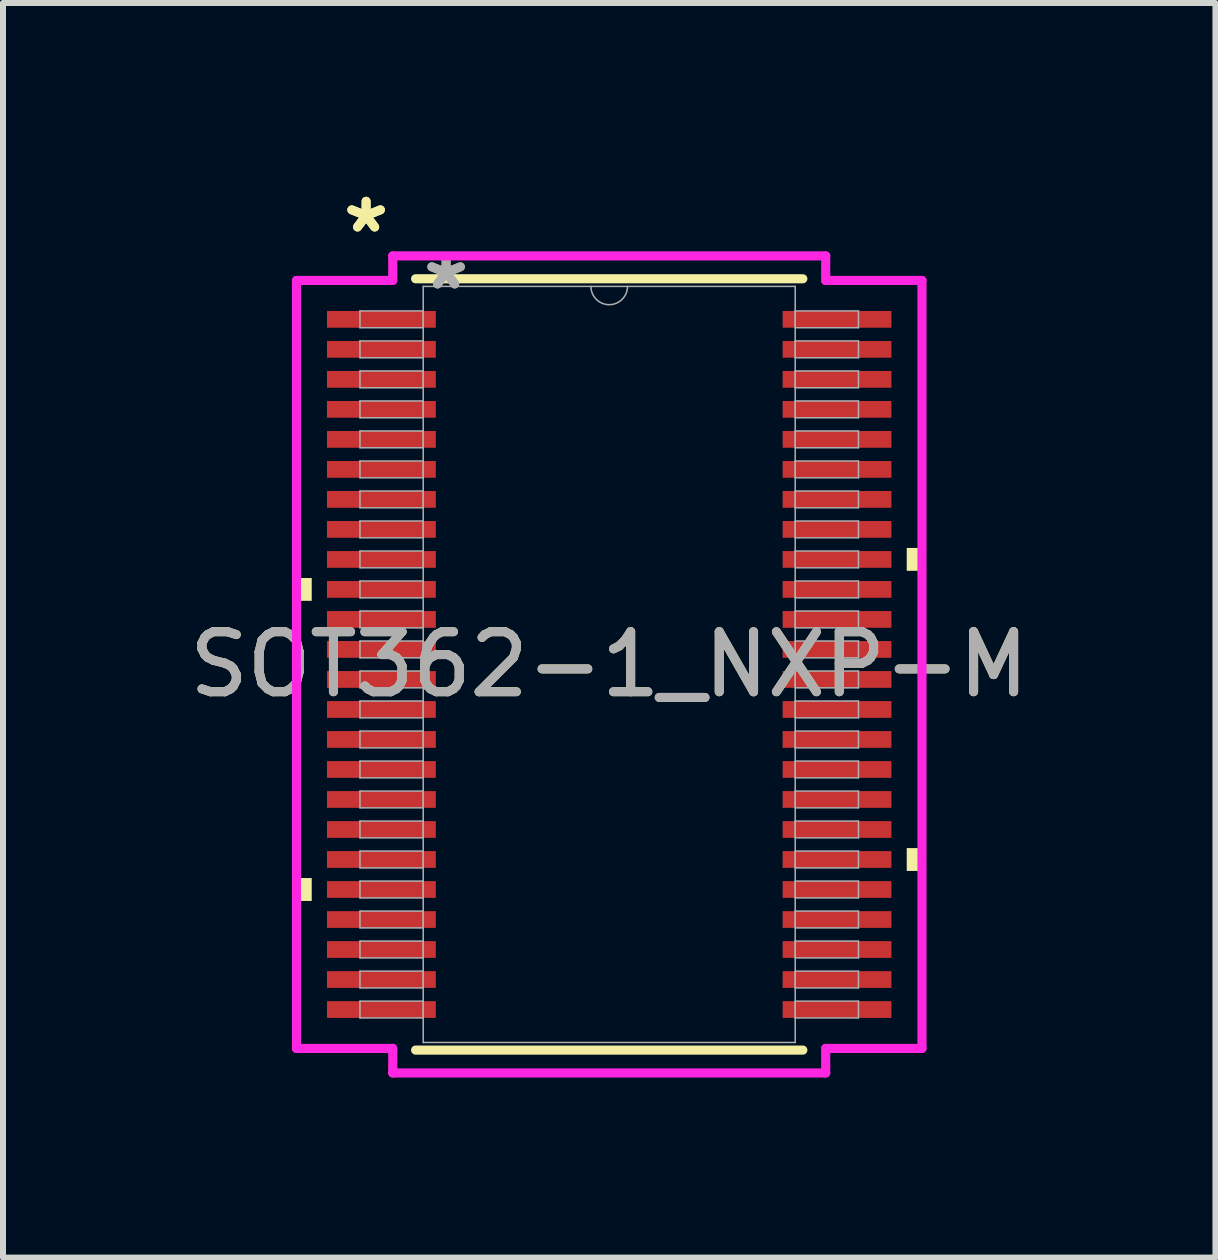
<source format=kicad_pcb>
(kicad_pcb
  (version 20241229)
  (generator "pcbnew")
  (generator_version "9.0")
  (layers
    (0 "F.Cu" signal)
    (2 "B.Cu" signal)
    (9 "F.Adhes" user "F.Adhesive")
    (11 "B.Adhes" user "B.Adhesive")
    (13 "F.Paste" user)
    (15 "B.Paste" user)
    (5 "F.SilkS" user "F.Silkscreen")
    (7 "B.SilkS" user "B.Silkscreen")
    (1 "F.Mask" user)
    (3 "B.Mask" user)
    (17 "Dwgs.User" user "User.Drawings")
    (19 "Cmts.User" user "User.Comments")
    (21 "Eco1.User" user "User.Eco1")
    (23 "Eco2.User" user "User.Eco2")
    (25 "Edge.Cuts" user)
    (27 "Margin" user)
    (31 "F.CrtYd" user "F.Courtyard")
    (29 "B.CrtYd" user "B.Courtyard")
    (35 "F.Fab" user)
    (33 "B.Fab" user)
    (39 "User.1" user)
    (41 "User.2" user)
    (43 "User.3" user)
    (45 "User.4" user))
  (footprint "SOT362-1_NXP-M"
    (layer "F.Cu")
    (at 7.101 8.021)
    (property "Reference" "SOT362-1_NXP-M" (at 0 0 0) (unlocked yes) (layer "F.SilkS") (effects (font (size 1 1) (thickness 0.15))))
    (attr smd)
    (fp_line (start -3.226 6.426) (end 3.226 6.426) (stroke (width 0.152) (type solid)) (layer "F.SilkS"))
    (fp_line (start 3.226 -6.426) (end -3.226 -6.426) (stroke (width 0.152) (type solid)) (layer "F.SilkS"))
    (fp_poly (pts (xy -5.211 -1.44) (xy -5.211 -1.06) (xy -4.957 -1.06) (xy -4.957 -1.44)) (stroke (width 0) (type solid)) (fill yes) (layer "F.SilkS"))
    (fp_poly (pts (xy -5.211 3.559) (xy -5.211 3.941) (xy -4.957 3.941) (xy -4.957 3.559)) (stroke (width 0) (type solid)) (fill yes) (layer "F.SilkS"))
    (fp_poly (pts (xy 5.211 -1.941) (xy 5.211 -1.56) (xy 4.957 -1.56) (xy 4.957 -1.941)) (stroke (width 0) (type solid)) (fill yes) (layer "F.SilkS"))
    (fp_poly (pts (xy 5.211 3.06) (xy 5.211 3.441) (xy 4.957 3.441) (xy 4.957 3.06)) (stroke (width 0) (type solid)) (fill yes) (layer "F.SilkS"))
    (fp_line (start -5.211 -6.398) (end -3.607 -6.398) (stroke (width 0.152) (type solid)) (layer "F.CrtYd"))
    (fp_line (start -5.211 6.398) (end -5.211 -6.398) (stroke (width 0.152) (type solid)) (layer "F.CrtYd"))
    (fp_line (start -5.211 6.398) (end -3.607 6.398) (stroke (width 0.152) (type solid)) (layer "F.CrtYd"))
    (fp_line (start -3.607 -6.807) (end 3.607 -6.807) (stroke (width 0.152) (type solid)) (layer "F.CrtYd"))
    (fp_line (start -3.607 -6.398) (end -3.607 -6.807) (stroke (width 0.152) (type solid)) (layer "F.CrtYd"))
    (fp_line (start -3.607 6.807) (end -3.607 6.398) (stroke (width 0.152) (type solid)) (layer "F.CrtYd"))
    (fp_line (start 3.607 -6.807) (end 3.607 -6.398) (stroke (width 0.152) (type solid)) (layer "F.CrtYd"))
    (fp_line (start 3.607 6.398) (end 3.607 6.807) (stroke (width 0.152) (type solid)) (layer "F.CrtYd"))
    (fp_line (start 3.607 6.807) (end -3.607 6.807) (stroke (width 0.152) (type solid)) (layer "F.CrtYd"))
    (fp_line (start 5.211 -6.398) (end 3.607 -6.398) (stroke (width 0.152) (type solid)) (layer "F.CrtYd"))
    (fp_line (start 5.211 -6.398) (end 5.211 6.398) (stroke (width 0.152) (type solid)) (layer "F.CrtYd"))
    (fp_line (start 5.211 6.398) (end 3.607 6.398) (stroke (width 0.152) (type solid)) (layer "F.CrtYd"))
    (fp_line (start -4.153 -5.89) (end -4.153 -5.61) (stroke (width 0.025) (type solid)) (layer "F.Fab"))
    (fp_line (start -4.153 -5.61) (end -3.099 -5.61) (stroke (width 0.025) (type solid)) (layer "F.Fab"))
    (fp_line (start -4.153 -5.39) (end -4.153 -5.11) (stroke (width 0.025) (type solid)) (layer "F.Fab"))
    (fp_line (start -4.153 -5.11) (end -3.099 -5.11) (stroke (width 0.025) (type solid)) (layer "F.Fab"))
    (fp_line (start -4.153 -4.89) (end -4.153 -4.61) (stroke (width 0.025) (type solid)) (layer "F.Fab"))
    (fp_line (start -4.153 -4.61) (end -3.099 -4.61) (stroke (width 0.025) (type solid)) (layer "F.Fab"))
    (fp_line (start -4.153 -4.39) (end -4.153 -4.11) (stroke (width 0.025) (type solid)) (layer "F.Fab"))
    (fp_line (start -4.153 -4.11) (end -3.099 -4.11) (stroke (width 0.025) (type solid)) (layer "F.Fab"))
    (fp_line (start -4.153 -3.89) (end -4.153 -3.61) (stroke (width 0.025) (type solid)) (layer "F.Fab"))
    (fp_line (start -4.153 -3.61) (end -3.099 -3.61) (stroke (width 0.025) (type solid)) (layer "F.Fab"))
    (fp_line (start -4.153 -3.39) (end -4.153 -3.11) (stroke (width 0.025) (type solid)) (layer "F.Fab"))
    (fp_line (start -4.153 -3.11) (end -3.099 -3.11) (stroke (width 0.025) (type solid)) (layer "F.Fab"))
    (fp_line (start -4.153 -2.89) (end -4.153 -2.61) (stroke (width 0.025) (type solid)) (layer "F.Fab"))
    (fp_line (start -4.153 -2.61) (end -3.099 -2.61) (stroke (width 0.025) (type solid)) (layer "F.Fab"))
    (fp_line (start -4.153 -2.39) (end -4.153 -2.11) (stroke (width 0.025) (type solid)) (layer "F.Fab"))
    (fp_line (start -4.153 -2.11) (end -3.099 -2.11) (stroke (width 0.025) (type solid)) (layer "F.Fab"))
    (fp_line (start -4.153 -1.89) (end -4.153 -1.61) (stroke (width 0.025) (type solid)) (layer "F.Fab"))
    (fp_line (start -4.153 -1.61) (end -3.099 -1.61) (stroke (width 0.025) (type solid)) (layer "F.Fab"))
    (fp_line (start -4.153 -1.39) (end -4.153 -1.11) (stroke (width 0.025) (type solid)) (layer "F.Fab"))
    (fp_line (start -4.153 -1.11) (end -3.099 -1.11) (stroke (width 0.025) (type solid)) (layer "F.Fab"))
    (fp_line (start -4.153 -0.89) (end -4.153 -0.61) (stroke (width 0.025) (type solid)) (layer "F.Fab"))
    (fp_line (start -4.153 -0.61) (end -3.099 -0.61) (stroke (width 0.025) (type solid)) (layer "F.Fab"))
    (fp_line (start -4.153 -0.39) (end -4.153 -0.11) (stroke (width 0.025) (type solid)) (layer "F.Fab"))
    (fp_line (start -4.153 -0.11) (end -3.099 -0.11) (stroke (width 0.025) (type solid)) (layer "F.Fab"))
    (fp_line (start -4.153 0.11) (end -4.153 0.39) (stroke (width 0.025) (type solid)) (layer "F.Fab"))
    (fp_line (start -4.153 0.39) (end -3.099 0.39) (stroke (width 0.025) (type solid)) (layer "F.Fab"))
    (fp_line (start -4.153 0.61) (end -4.153 0.89) (stroke (width 0.025) (type solid)) (layer "F.Fab"))
    (fp_line (start -4.153 0.89) (end -3.099 0.89) (stroke (width 0.025) (type solid)) (layer "F.Fab"))
    (fp_line (start -4.153 1.11) (end -4.153 1.39) (stroke (width 0.025) (type solid)) (layer "F.Fab"))
    (fp_line (start -4.153 1.39) (end -3.099 1.39) (stroke (width 0.025) (type solid)) (layer "F.Fab"))
    (fp_line (start -4.153 1.61) (end -4.153 1.89) (stroke (width 0.025) (type solid)) (layer "F.Fab"))
    (fp_line (start -4.153 1.89) (end -3.099 1.89) (stroke (width 0.025) (type solid)) (layer "F.Fab"))
    (fp_line (start -4.153 2.11) (end -4.153 2.39) (stroke (width 0.025) (type solid)) (layer "F.Fab"))
    (fp_line (start -4.153 2.39) (end -3.099 2.39) (stroke (width 0.025) (type solid)) (layer "F.Fab"))
    (fp_line (start -4.153 2.61) (end -4.153 2.89) (stroke (width 0.025) (type solid)) (layer "F.Fab"))
    (fp_line (start -4.153 2.89) (end -3.099 2.89) (stroke (width 0.025) (type solid)) (layer "F.Fab"))
    (fp_line (start -4.153 3.11) (end -4.153 3.39) (stroke (width 0.025) (type solid)) (layer "F.Fab"))
    (fp_line (start -4.153 3.39) (end -3.099 3.39) (stroke (width 0.025) (type solid)) (layer "F.Fab"))
    (fp_line (start -4.153 3.61) (end -4.153 3.89) (stroke (width 0.025) (type solid)) (layer "F.Fab"))
    (fp_line (start -4.153 3.89) (end -3.099 3.89) (stroke (width 0.025) (type solid)) (layer "F.Fab"))
    (fp_line (start -4.153 4.11) (end -4.153 4.39) (stroke (width 0.025) (type solid)) (layer "F.Fab"))
    (fp_line (start -4.153 4.39) (end -3.099 4.39) (stroke (width 0.025) (type solid)) (layer "F.Fab"))
    (fp_line (start -4.153 4.61) (end -4.153 4.89) (stroke (width 0.025) (type solid)) (layer "F.Fab"))
    (fp_line (start -4.153 4.89) (end -3.099 4.89) (stroke (width 0.025) (type solid)) (layer "F.Fab"))
    (fp_line (start -4.153 5.11) (end -4.153 5.39) (stroke (width 0.025) (type solid)) (layer "F.Fab"))
    (fp_line (start -4.153 5.39) (end -3.099 5.39) (stroke (width 0.025) (type solid)) (layer "F.Fab"))
    (fp_line (start -4.153 5.61) (end -4.153 5.89) (stroke (width 0.025) (type solid)) (layer "F.Fab"))
    (fp_line (start -4.153 5.89) (end -3.099 5.89) (stroke (width 0.025) (type solid)) (layer "F.Fab"))
    (fp_line (start -3.099 -6.299) (end -3.099 6.299) (stroke (width 0.025) (type solid)) (layer "F.Fab"))
    (fp_line (start -3.099 -5.89) (end -4.153 -5.89) (stroke (width 0.025) (type solid)) (layer "F.Fab"))
    (fp_line (start -3.099 -5.61) (end -3.099 -5.89) (stroke (width 0.025) (type solid)) (layer "F.Fab"))
    (fp_line (start -3.099 -5.39) (end -4.153 -5.39) (stroke (width 0.025) (type solid)) (layer "F.Fab"))
    (fp_line (start -3.099 -5.11) (end -3.099 -5.39) (stroke (width 0.025) (type solid)) (layer "F.Fab"))
    (fp_line (start -3.099 -4.89) (end -4.153 -4.89) (stroke (width 0.025) (type solid)) (layer "F.Fab"))
    (fp_line (start -3.099 -4.61) (end -3.099 -4.89) (stroke (width 0.025) (type solid)) (layer "F.Fab"))
    (fp_line (start -3.099 -4.39) (end -4.153 -4.39) (stroke (width 0.025) (type solid)) (layer "F.Fab"))
    (fp_line (start -3.099 -4.11) (end -3.099 -4.39) (stroke (width 0.025) (type solid)) (layer "F.Fab"))
    (fp_line (start -3.099 -3.89) (end -4.153 -3.89) (stroke (width 0.025) (type solid)) (layer "F.Fab"))
    (fp_line (start -3.099 -3.61) (end -3.099 -3.89) (stroke (width 0.025) (type solid)) (layer "F.Fab"))
    (fp_line (start -3.099 -3.39) (end -4.153 -3.39) (stroke (width 0.025) (type solid)) (layer "F.Fab"))
    (fp_line (start -3.099 -3.11) (end -3.099 -3.39) (stroke (width 0.025) (type solid)) (layer "F.Fab"))
    (fp_line (start -3.099 -2.89) (end -4.153 -2.89) (stroke (width 0.025) (type solid)) (layer "F.Fab"))
    (fp_line (start -3.099 -2.61) (end -3.099 -2.89) (stroke (width 0.025) (type solid)) (layer "F.Fab"))
    (fp_line (start -3.099 -2.39) (end -4.153 -2.39) (stroke (width 0.025) (type solid)) (layer "F.Fab"))
    (fp_line (start -3.099 -2.11) (end -3.099 -2.39) (stroke (width 0.025) (type solid)) (layer "F.Fab"))
    (fp_line (start -3.099 -1.89) (end -4.153 -1.89) (stroke (width 0.025) (type solid)) (layer "F.Fab"))
    (fp_line (start -3.099 -1.61) (end -3.099 -1.89) (stroke (width 0.025) (type solid)) (layer "F.Fab"))
    (fp_line (start -3.099 -1.39) (end -4.153 -1.39) (stroke (width 0.025) (type solid)) (layer "F.Fab"))
    (fp_line (start -3.099 -1.11) (end -3.099 -1.39) (stroke (width 0.025) (type solid)) (layer "F.Fab"))
    (fp_line (start -3.099 -0.89) (end -4.153 -0.89) (stroke (width 0.025) (type solid)) (layer "F.Fab"))
    (fp_line (start -3.099 -0.61) (end -3.099 -0.89) (stroke (width 0.025) (type solid)) (layer "F.Fab"))
    (fp_line (start -3.099 -0.39) (end -4.153 -0.39) (stroke (width 0.025) (type solid)) (layer "F.Fab"))
    (fp_line (start -3.099 -0.11) (end -3.099 -0.39) (stroke (width 0.025) (type solid)) (layer "F.Fab"))
    (fp_line (start -3.099 0.11) (end -4.153 0.11) (stroke (width 0.025) (type solid)) (layer "F.Fab"))
    (fp_line (start -3.099 0.39) (end -3.099 0.11) (stroke (width 0.025) (type solid)) (layer "F.Fab"))
    (fp_line (start -3.099 0.61) (end -4.153 0.61) (stroke (width 0.025) (type solid)) (layer "F.Fab"))
    (fp_line (start -3.099 0.89) (end -3.099 0.61) (stroke (width 0.025) (type solid)) (layer "F.Fab"))
    (fp_line (start -3.099 1.11) (end -4.153 1.11) (stroke (width 0.025) (type solid)) (layer "F.Fab"))
    (fp_line (start -3.099 1.39) (end -3.099 1.11) (stroke (width 0.025) (type solid)) (layer "F.Fab"))
    (fp_line (start -3.099 1.61) (end -4.153 1.61) (stroke (width 0.025) (type solid)) (layer "F.Fab"))
    (fp_line (start -3.099 1.89) (end -3.099 1.61) (stroke (width 0.025) (type solid)) (layer "F.Fab"))
    (fp_line (start -3.099 2.11) (end -4.153 2.11) (stroke (width 0.025) (type solid)) (layer "F.Fab"))
    (fp_line (start -3.099 2.39) (end -3.099 2.11) (stroke (width 0.025) (type solid)) (layer "F.Fab"))
    (fp_line (start -3.099 2.61) (end -4.153 2.61) (stroke (width 0.025) (type solid)) (layer "F.Fab"))
    (fp_line (start -3.099 2.89) (end -3.099 2.61) (stroke (width 0.025) (type solid)) (layer "F.Fab"))
    (fp_line (start -3.099 3.11) (end -4.153 3.11) (stroke (width 0.025) (type solid)) (layer "F.Fab"))
    (fp_line (start -3.099 3.39) (end -3.099 3.11) (stroke (width 0.025) (type solid)) (layer "F.Fab"))
    (fp_line (start -3.099 3.61) (end -4.153 3.61) (stroke (width 0.025) (type solid)) (layer "F.Fab"))
    (fp_line (start -3.099 3.89) (end -3.099 3.61) (stroke (width 0.025) (type solid)) (layer "F.Fab"))
    (fp_line (start -3.099 4.11) (end -4.153 4.11) (stroke (width 0.025) (type solid)) (layer "F.Fab"))
    (fp_line (start -3.099 4.39) (end -3.099 4.11) (stroke (width 0.025) (type solid)) (layer "F.Fab"))
    (fp_line (start -3.099 4.61) (end -4.153 4.61) (stroke (width 0.025) (type solid)) (layer "F.Fab"))
    (fp_line (start -3.099 4.89) (end -3.099 4.61) (stroke (width 0.025) (type solid)) (layer "F.Fab"))
    (fp_line (start -3.099 5.11) (end -4.153 5.11) (stroke (width 0.025) (type solid)) (layer "F.Fab"))
    (fp_line (start -3.099 5.39) (end -3.099 5.11) (stroke (width 0.025) (type solid)) (layer "F.Fab"))
    (fp_line (start -3.099 5.61) (end -4.153 5.61) (stroke (width 0.025) (type solid)) (layer "F.Fab"))
    (fp_line (start -3.099 5.89) (end -3.099 5.61) (stroke (width 0.025) (type solid)) (layer "F.Fab"))
    (fp_line (start -3.099 6.299) (end 3.099 6.299) (stroke (width 0.025) (type solid)) (layer "F.Fab"))
    (fp_line (start 3.099 -6.299) (end -3.099 -6.299) (stroke (width 0.025) (type solid)) (layer "F.Fab"))
    (fp_line (start 3.099 -5.89) (end 3.099 -5.61) (stroke (width 0.025) (type solid)) (layer "F.Fab"))
    (fp_line (start 3.099 -5.61) (end 4.153 -5.61) (stroke (width 0.025) (type solid)) (layer "F.Fab"))
    (fp_line (start 3.099 -5.39) (end 3.099 -5.11) (stroke (width 0.025) (type solid)) (layer "F.Fab"))
    (fp_line (start 3.099 -5.11) (end 4.153 -5.11) (stroke (width 0.025) (type solid)) (layer "F.Fab"))
    (fp_line (start 3.099 -4.89) (end 3.099 -4.61) (stroke (width 0.025) (type solid)) (layer "F.Fab"))
    (fp_line (start 3.099 -4.61) (end 4.153 -4.61) (stroke (width 0.025) (type solid)) (layer "F.Fab"))
    (fp_line (start 3.099 -4.39) (end 3.099 -4.11) (stroke (width 0.025) (type solid)) (layer "F.Fab"))
    (fp_line (start 3.099 -4.11) (end 4.153 -4.11) (stroke (width 0.025) (type solid)) (layer "F.Fab"))
    (fp_line (start 3.099 -3.89) (end 3.099 -3.61) (stroke (width 0.025) (type solid)) (layer "F.Fab"))
    (fp_line (start 3.099 -3.61) (end 4.153 -3.61) (stroke (width 0.025) (type solid)) (layer "F.Fab"))
    (fp_line (start 3.099 -3.39) (end 3.099 -3.11) (stroke (width 0.025) (type solid)) (layer "F.Fab"))
    (fp_line (start 3.099 -3.11) (end 4.153 -3.11) (stroke (width 0.025) (type solid)) (layer "F.Fab"))
    (fp_line (start 3.099 -2.89) (end 3.099 -2.61) (stroke (width 0.025) (type solid)) (layer "F.Fab"))
    (fp_line (start 3.099 -2.61) (end 4.153 -2.61) (stroke (width 0.025) (type solid)) (layer "F.Fab"))
    (fp_line (start 3.099 -2.39) (end 3.099 -2.11) (stroke (width 0.025) (type solid)) (layer "F.Fab"))
    (fp_line (start 3.099 -2.11) (end 4.153 -2.11) (stroke (width 0.025) (type solid)) (layer "F.Fab"))
    (fp_line (start 3.099 -1.89) (end 3.099 -1.61) (stroke (width 0.025) (type solid)) (layer "F.Fab"))
    (fp_line (start 3.099 -1.61) (end 4.153 -1.61) (stroke (width 0.025) (type solid)) (layer "F.Fab"))
    (fp_line (start 3.099 -1.39) (end 3.099 -1.11) (stroke (width 0.025) (type solid)) (layer "F.Fab"))
    (fp_line (start 3.099 -1.11) (end 4.153 -1.11) (stroke (width 0.025) (type solid)) (layer "F.Fab"))
    (fp_line (start 3.099 -0.89) (end 3.099 -0.61) (stroke (width 0.025) (type solid)) (layer "F.Fab"))
    (fp_line (start 3.099 -0.61) (end 4.153 -0.61) (stroke (width 0.025) (type solid)) (layer "F.Fab"))
    (fp_line (start 3.099 -0.39) (end 3.099 -0.11) (stroke (width 0.025) (type solid)) (layer "F.Fab"))
    (fp_line (start 3.099 -0.11) (end 4.153 -0.11) (stroke (width 0.025) (type solid)) (layer "F.Fab"))
    (fp_line (start 3.099 0.11) (end 3.099 0.39) (stroke (width 0.025) (type solid)) (layer "F.Fab"))
    (fp_line (start 3.099 0.39) (end 4.153 0.39) (stroke (width 0.025) (type solid)) (layer "F.Fab"))
    (fp_line (start 3.099 0.61) (end 3.099 0.89) (stroke (width 0.025) (type solid)) (layer "F.Fab"))
    (fp_line (start 3.099 0.89) (end 4.153 0.89) (stroke (width 0.025) (type solid)) (layer "F.Fab"))
    (fp_line (start 3.099 1.11) (end 3.099 1.39) (stroke (width 0.025) (type solid)) (layer "F.Fab"))
    (fp_line (start 3.099 1.39) (end 4.153 1.39) (stroke (width 0.025) (type solid)) (layer "F.Fab"))
    (fp_line (start 3.099 1.61) (end 3.099 1.89) (stroke (width 0.025) (type solid)) (layer "F.Fab"))
    (fp_line (start 3.099 1.89) (end 4.153 1.89) (stroke (width 0.025) (type solid)) (layer "F.Fab"))
    (fp_line (start 3.099 2.11) (end 3.099 2.39) (stroke (width 0.025) (type solid)) (layer "F.Fab"))
    (fp_line (start 3.099 2.39) (end 4.153 2.39) (stroke (width 0.025) (type solid)) (layer "F.Fab"))
    (fp_line (start 3.099 2.61) (end 3.099 2.89) (stroke (width 0.025) (type solid)) (layer "F.Fab"))
    (fp_line (start 3.099 2.89) (end 4.153 2.89) (stroke (width 0.025) (type solid)) (layer "F.Fab"))
    (fp_line (start 3.099 3.11) (end 3.099 3.39) (stroke (width 0.025) (type solid)) (layer "F.Fab"))
    (fp_line (start 3.099 3.39) (end 4.153 3.39) (stroke (width 0.025) (type solid)) (layer "F.Fab"))
    (fp_line (start 3.099 3.61) (end 3.099 3.89) (stroke (width 0.025) (type solid)) (layer "F.Fab"))
    (fp_line (start 3.099 3.89) (end 4.153 3.89) (stroke (width 0.025) (type solid)) (layer "F.Fab"))
    (fp_line (start 3.099 4.11) (end 3.099 4.39) (stroke (width 0.025) (type solid)) (layer "F.Fab"))
    (fp_line (start 3.099 4.39) (end 4.153 4.39) (stroke (width 0.025) (type solid)) (layer "F.Fab"))
    (fp_line (start 3.099 4.61) (end 3.099 4.89) (stroke (width 0.025) (type solid)) (layer "F.Fab"))
    (fp_line (start 3.099 4.89) (end 4.153 4.89) (stroke (width 0.025) (type solid)) (layer "F.Fab"))
    (fp_line (start 3.099 5.11) (end 3.099 5.39) (stroke (width 0.025) (type solid)) (layer "F.Fab"))
    (fp_line (start 3.099 5.39) (end 4.153 5.39) (stroke (width 0.025) (type solid)) (layer "F.Fab"))
    (fp_line (start 3.099 5.61) (end 3.099 5.89) (stroke (width 0.025) (type solid)) (layer "F.Fab"))
    (fp_line (start 3.099 5.89) (end 4.153 5.89) (stroke (width 0.025) (type solid)) (layer "F.Fab"))
    (fp_line (start 3.099 6.299) (end 3.099 -6.299) (stroke (width 0.025) (type solid)) (layer "F.Fab"))
    (fp_line (start 4.153 -5.89) (end 3.099 -5.89) (stroke (width 0.025) (type solid)) (layer "F.Fab"))
    (fp_line (start 4.153 -5.61) (end 4.153 -5.89) (stroke (width 0.025) (type solid)) (layer "F.Fab"))
    (fp_line (start 4.153 -5.39) (end 3.099 -5.39) (stroke (width 0.025) (type solid)) (layer "F.Fab"))
    (fp_line (start 4.153 -5.11) (end 4.153 -5.39) (stroke (width 0.025) (type solid)) (layer "F.Fab"))
    (fp_line (start 4.153 -4.89) (end 3.099 -4.89) (stroke (width 0.025) (type solid)) (layer "F.Fab"))
    (fp_line (start 4.153 -4.61) (end 4.153 -4.89) (stroke (width 0.025) (type solid)) (layer "F.Fab"))
    (fp_line (start 4.153 -4.39) (end 3.099 -4.39) (stroke (width 0.025) (type solid)) (layer "F.Fab"))
    (fp_line (start 4.153 -4.11) (end 4.153 -4.39) (stroke (width 0.025) (type solid)) (layer "F.Fab"))
    (fp_line (start 4.153 -3.89) (end 3.099 -3.89) (stroke (width 0.025) (type solid)) (layer "F.Fab"))
    (fp_line (start 4.153 -3.61) (end 4.153 -3.89) (stroke (width 0.025) (type solid)) (layer "F.Fab"))
    (fp_line (start 4.153 -3.39) (end 3.099 -3.39) (stroke (width 0.025) (type solid)) (layer "F.Fab"))
    (fp_line (start 4.153 -3.11) (end 4.153 -3.39) (stroke (width 0.025) (type solid)) (layer "F.Fab"))
    (fp_line (start 4.153 -2.89) (end 3.099 -2.89) (stroke (width 0.025) (type solid)) (layer "F.Fab"))
    (fp_line (start 4.153 -2.61) (end 4.153 -2.89) (stroke (width 0.025) (type solid)) (layer "F.Fab"))
    (fp_line (start 4.153 -2.39) (end 3.099 -2.39) (stroke (width 0.025) (type solid)) (layer "F.Fab"))
    (fp_line (start 4.153 -2.11) (end 4.153 -2.39) (stroke (width 0.025) (type solid)) (layer "F.Fab"))
    (fp_line (start 4.153 -1.89) (end 3.099 -1.89) (stroke (width 0.025) (type solid)) (layer "F.Fab"))
    (fp_line (start 4.153 -1.61) (end 4.153 -1.89) (stroke (width 0.025) (type solid)) (layer "F.Fab"))
    (fp_line (start 4.153 -1.39) (end 3.099 -1.39) (stroke (width 0.025) (type solid)) (layer "F.Fab"))
    (fp_line (start 4.153 -1.11) (end 4.153 -1.39) (stroke (width 0.025) (type solid)) (layer "F.Fab"))
    (fp_line (start 4.153 -0.89) (end 3.099 -0.89) (stroke (width 0.025) (type solid)) (layer "F.Fab"))
    (fp_line (start 4.153 -0.61) (end 4.153 -0.89) (stroke (width 0.025) (type solid)) (layer "F.Fab"))
    (fp_line (start 4.153 -0.39) (end 3.099 -0.39) (stroke (width 0.025) (type solid)) (layer "F.Fab"))
    (fp_line (start 4.153 -0.11) (end 4.153 -0.39) (stroke (width 0.025) (type solid)) (layer "F.Fab"))
    (fp_line (start 4.153 0.11) (end 3.099 0.11) (stroke (width 0.025) (type solid)) (layer "F.Fab"))
    (fp_line (start 4.153 0.39) (end 4.153 0.11) (stroke (width 0.025) (type solid)) (layer "F.Fab"))
    (fp_line (start 4.153 0.61) (end 3.099 0.61) (stroke (width 0.025) (type solid)) (layer "F.Fab"))
    (fp_line (start 4.153 0.89) (end 4.153 0.61) (stroke (width 0.025) (type solid)) (layer "F.Fab"))
    (fp_line (start 4.153 1.11) (end 3.099 1.11) (stroke (width 0.025) (type solid)) (layer "F.Fab"))
    (fp_line (start 4.153 1.39) (end 4.153 1.11) (stroke (width 0.025) (type solid)) (layer "F.Fab"))
    (fp_line (start 4.153 1.61) (end 3.099 1.61) (stroke (width 0.025) (type solid)) (layer "F.Fab"))
    (fp_line (start 4.153 1.89) (end 4.153 1.61) (stroke (width 0.025) (type solid)) (layer "F.Fab"))
    (fp_line (start 4.153 2.11) (end 3.099 2.11) (stroke (width 0.025) (type solid)) (layer "F.Fab"))
    (fp_line (start 4.153 2.39) (end 4.153 2.11) (stroke (width 0.025) (type solid)) (layer "F.Fab"))
    (fp_line (start 4.153 2.61) (end 3.099 2.61) (stroke (width 0.025) (type solid)) (layer "F.Fab"))
    (fp_line (start 4.153 2.89) (end 4.153 2.61) (stroke (width 0.025) (type solid)) (layer "F.Fab"))
    (fp_line (start 4.153 3.11) (end 3.099 3.11) (stroke (width 0.025) (type solid)) (layer "F.Fab"))
    (fp_line (start 4.153 3.39) (end 4.153 3.11) (stroke (width 0.025) (type solid)) (layer "F.Fab"))
    (fp_line (start 4.153 3.61) (end 3.099 3.61) (stroke (width 0.025) (type solid)) (layer "F.Fab"))
    (fp_line (start 4.153 3.89) (end 4.153 3.61) (stroke (width 0.025) (type solid)) (layer "F.Fab"))
    (fp_line (start 4.153 4.11) (end 3.099 4.11) (stroke (width 0.025) (type solid)) (layer "F.Fab"))
    (fp_line (start 4.153 4.39) (end 4.153 4.11) (stroke (width 0.025) (type solid)) (layer "F.Fab"))
    (fp_line (start 4.153 4.61) (end 3.099 4.61) (stroke (width 0.025) (type solid)) (layer "F.Fab"))
    (fp_line (start 4.153 4.89) (end 4.153 4.61) (stroke (width 0.025) (type solid)) (layer "F.Fab"))
    (fp_line (start 4.153 5.11) (end 3.099 5.11) (stroke (width 0.025) (type solid)) (layer "F.Fab"))
    (fp_line (start 4.153 5.39) (end 4.153 5.11) (stroke (width 0.025) (type solid)) (layer "F.Fab"))
    (fp_line (start 4.153 5.61) (end 3.099 5.61) (stroke (width 0.025) (type solid)) (layer "F.Fab"))
    (fp_line (start 4.153 5.89) (end 4.153 5.61) (stroke (width 0.025) (type solid)) (layer "F.Fab"))
    (fp_arc (start 0.3048 -6.2992) (mid 0 -5.9944) (end -0.3048 -6.2992) (stroke (width 0.0254) (type solid)) (layer "F.Fab"))
    (fp_text user "*" (at -4.051 -7.172 0) (unlocked yes) (layer "F.SilkS") (effects (font (size 1 1) (thickness 0.15))))
    (fp_text user "*" (at -4.051 -7.172 0) (layer "F.SilkS") (effects (font (size 1 1) (thickness 0.15))))
    (fp_text user "*" (at -2.718 -6.223 0) (layer "F.Fab") (effects (font (size 1 1) (thickness 0.15))))
    (fp_text user "*" (at -2.718 -6.223 0) (unlocked yes) (layer "F.Fab") (effects (font (size 1 1) (thickness 0.15))))
    (fp_text user "${REFERENCE}" (at 0 0 0) (unlocked yes) (layer "F.Fab") (effects (font (size 1 1) (thickness 0.15))))
    (pad "1" smd rect (at -3.796 -5.75) (size 1.813 0.279) (layers "F.Cu" "F.Mask" "F.Paste"))
    (pad "2" smd rect (at -3.796 -5.25) (size 1.813 0.279) (layers "F.Cu" "F.Mask" "F.Paste"))
    (pad "3" smd rect (at -3.796 -4.75) (size 1.813 0.279) (layers "F.Cu" "F.Mask" "F.Paste"))
    (pad "4" smd rect (at -3.796 -4.25) (size 1.813 0.279) (layers "F.Cu" "F.Mask" "F.Paste"))
    (pad "5" smd rect (at -3.796 -3.75) (size 1.813 0.279) (layers "F.Cu" "F.Mask" "F.Paste"))
    (pad "6" smd rect (at -3.796 -3.25) (size 1.813 0.279) (layers "F.Cu" "F.Mask" "F.Paste"))
    (pad "7" smd rect (at -3.796 -2.75) (size 1.813 0.279) (layers "F.Cu" "F.Mask" "F.Paste"))
    (pad "8" smd rect (at -3.796 -2.25) (size 1.813 0.279) (layers "F.Cu" "F.Mask" "F.Paste"))
    (pad "9" smd rect (at -3.796 -1.75) (size 1.813 0.279) (layers "F.Cu" "F.Mask" "F.Paste"))
    (pad "10" smd rect (at -3.796 -1.25) (size 1.813 0.279) (layers "F.Cu" "F.Mask" "F.Paste"))
    (pad "11" smd rect (at -3.796 -0.75) (size 1.813 0.279) (layers "F.Cu" "F.Mask" "F.Paste"))
    (pad "12" smd rect (at -3.796 -0.25) (size 1.813 0.279) (layers "F.Cu" "F.Mask" "F.Paste"))
    (pad "13" smd rect (at -3.796 0.25) (size 1.813 0.279) (layers "F.Cu" "F.Mask" "F.Paste"))
    (pad "14" smd rect (at -3.796 0.75) (size 1.813 0.279) (layers "F.Cu" "F.Mask" "F.Paste"))
    (pad "15" smd rect (at -3.796 1.25) (size 1.813 0.279) (layers "F.Cu" "F.Mask" "F.Paste"))
    (pad "16" smd rect (at -3.796 1.75) (size 1.813 0.279) (layers "F.Cu" "F.Mask" "F.Paste"))
    (pad "17" smd rect (at -3.796 2.25) (size 1.813 0.279) (layers "F.Cu" "F.Mask" "F.Paste"))
    (pad "18" smd rect (at -3.796 2.75) (size 1.813 0.279) (layers "F.Cu" "F.Mask" "F.Paste"))
    (pad "19" smd rect (at -3.796 3.25) (size 1.813 0.279) (layers "F.Cu" "F.Mask" "F.Paste"))
    (pad "20" smd rect (at -3.796 3.75) (size 1.813 0.279) (layers "F.Cu" "F.Mask" "F.Paste"))
    (pad "21" smd rect (at -3.796 4.25) (size 1.813 0.279) (layers "F.Cu" "F.Mask" "F.Paste"))
    (pad "22" smd rect (at -3.796 4.75) (size 1.813 0.279) (layers "F.Cu" "F.Mask" "F.Paste"))
    (pad "23" smd rect (at -3.796 5.25) (size 1.813 0.279) (layers "F.Cu" "F.Mask" "F.Paste"))
    (pad "24" smd rect (at -3.796 5.75) (size 1.813 0.279) (layers "F.Cu" "F.Mask" "F.Paste"))
    (pad "25" smd rect (at 3.796 5.75) (size 1.813 0.279) (layers "F.Cu" "F.Mask" "F.Paste"))
    (pad "26" smd rect (at 3.796 5.25) (size 1.813 0.279) (layers "F.Cu" "F.Mask" "F.Paste"))
    (pad "27" smd rect (at 3.796 4.75) (size 1.813 0.279) (layers "F.Cu" "F.Mask" "F.Paste"))
    (pad "28" smd rect (at 3.796 4.25) (size 1.813 0.279) (layers "F.Cu" "F.Mask" "F.Paste"))
    (pad "29" smd rect (at 3.796 3.75) (size 1.813 0.279) (layers "F.Cu" "F.Mask" "F.Paste"))
    (pad "30" smd rect (at 3.796 3.25) (size 1.813 0.279) (layers "F.Cu" "F.Mask" "F.Paste"))
    (pad "31" smd rect (at 3.796 2.75) (size 1.813 0.279) (layers "F.Cu" "F.Mask" "F.Paste"))
    (pad "32" smd rect (at 3.796 2.25) (size 1.813 0.279) (layers "F.Cu" "F.Mask" "F.Paste"))
    (pad "33" smd rect (at 3.796 1.75) (size 1.813 0.279) (layers "F.Cu" "F.Mask" "F.Paste"))
    (pad "34" smd rect (at 3.796 1.25) (size 1.813 0.279) (layers "F.Cu" "F.Mask" "F.Paste"))
    (pad "35" smd rect (at 3.796 0.75) (size 1.813 0.279) (layers "F.Cu" "F.Mask" "F.Paste"))
    (pad "36" smd rect (at 3.796 0.25) (size 1.813 0.279) (layers "F.Cu" "F.Mask" "F.Paste"))
    (pad "37" smd rect (at 3.796 -0.25) (size 1.813 0.279) (layers "F.Cu" "F.Mask" "F.Paste"))
    (pad "38" smd rect (at 3.796 -0.75) (size 1.813 0.279) (layers "F.Cu" "F.Mask" "F.Paste"))
    (pad "39" smd rect (at 3.796 -1.25) (size 1.813 0.279) (layers "F.Cu" "F.Mask" "F.Paste"))
    (pad "40" smd rect (at 3.796 -1.75) (size 1.813 0.279) (layers "F.Cu" "F.Mask" "F.Paste"))
    (pad "41" smd rect (at 3.796 -2.25) (size 1.813 0.279) (layers "F.Cu" "F.Mask" "F.Paste"))
    (pad "42" smd rect (at 3.796 -2.75) (size 1.813 0.279) (layers "F.Cu" "F.Mask" "F.Paste"))
    (pad "43" smd rect (at 3.796 -3.25) (size 1.813 0.279) (layers "F.Cu" "F.Mask" "F.Paste"))
    (pad "44" smd rect (at 3.796 -3.75) (size 1.813 0.279) (layers "F.Cu" "F.Mask" "F.Paste"))
    (pad "45" smd rect (at 3.796 -4.25) (size 1.813 0.279) (layers "F.Cu" "F.Mask" "F.Paste"))
    (pad "46" smd rect (at 3.796 -4.75) (size 1.813 0.279) (layers "F.Cu" "F.Mask" "F.Paste"))
    (pad "47" smd rect (at 3.796 -5.25) (size 1.813 0.279) (layers "F.Cu" "F.Mask" "F.Paste"))
    (pad "48" smd rect (at 3.796 -5.75) (size 1.813 0.279) (layers "F.Cu" "F.Mask" "F.Paste")))
  (gr_rect
    (start -3 -3)
    (end 17.202 17.904)
    (stroke (width 0.1) (type default))
    (fill no)
    (layer "Edge.Cuts")))
</source>
